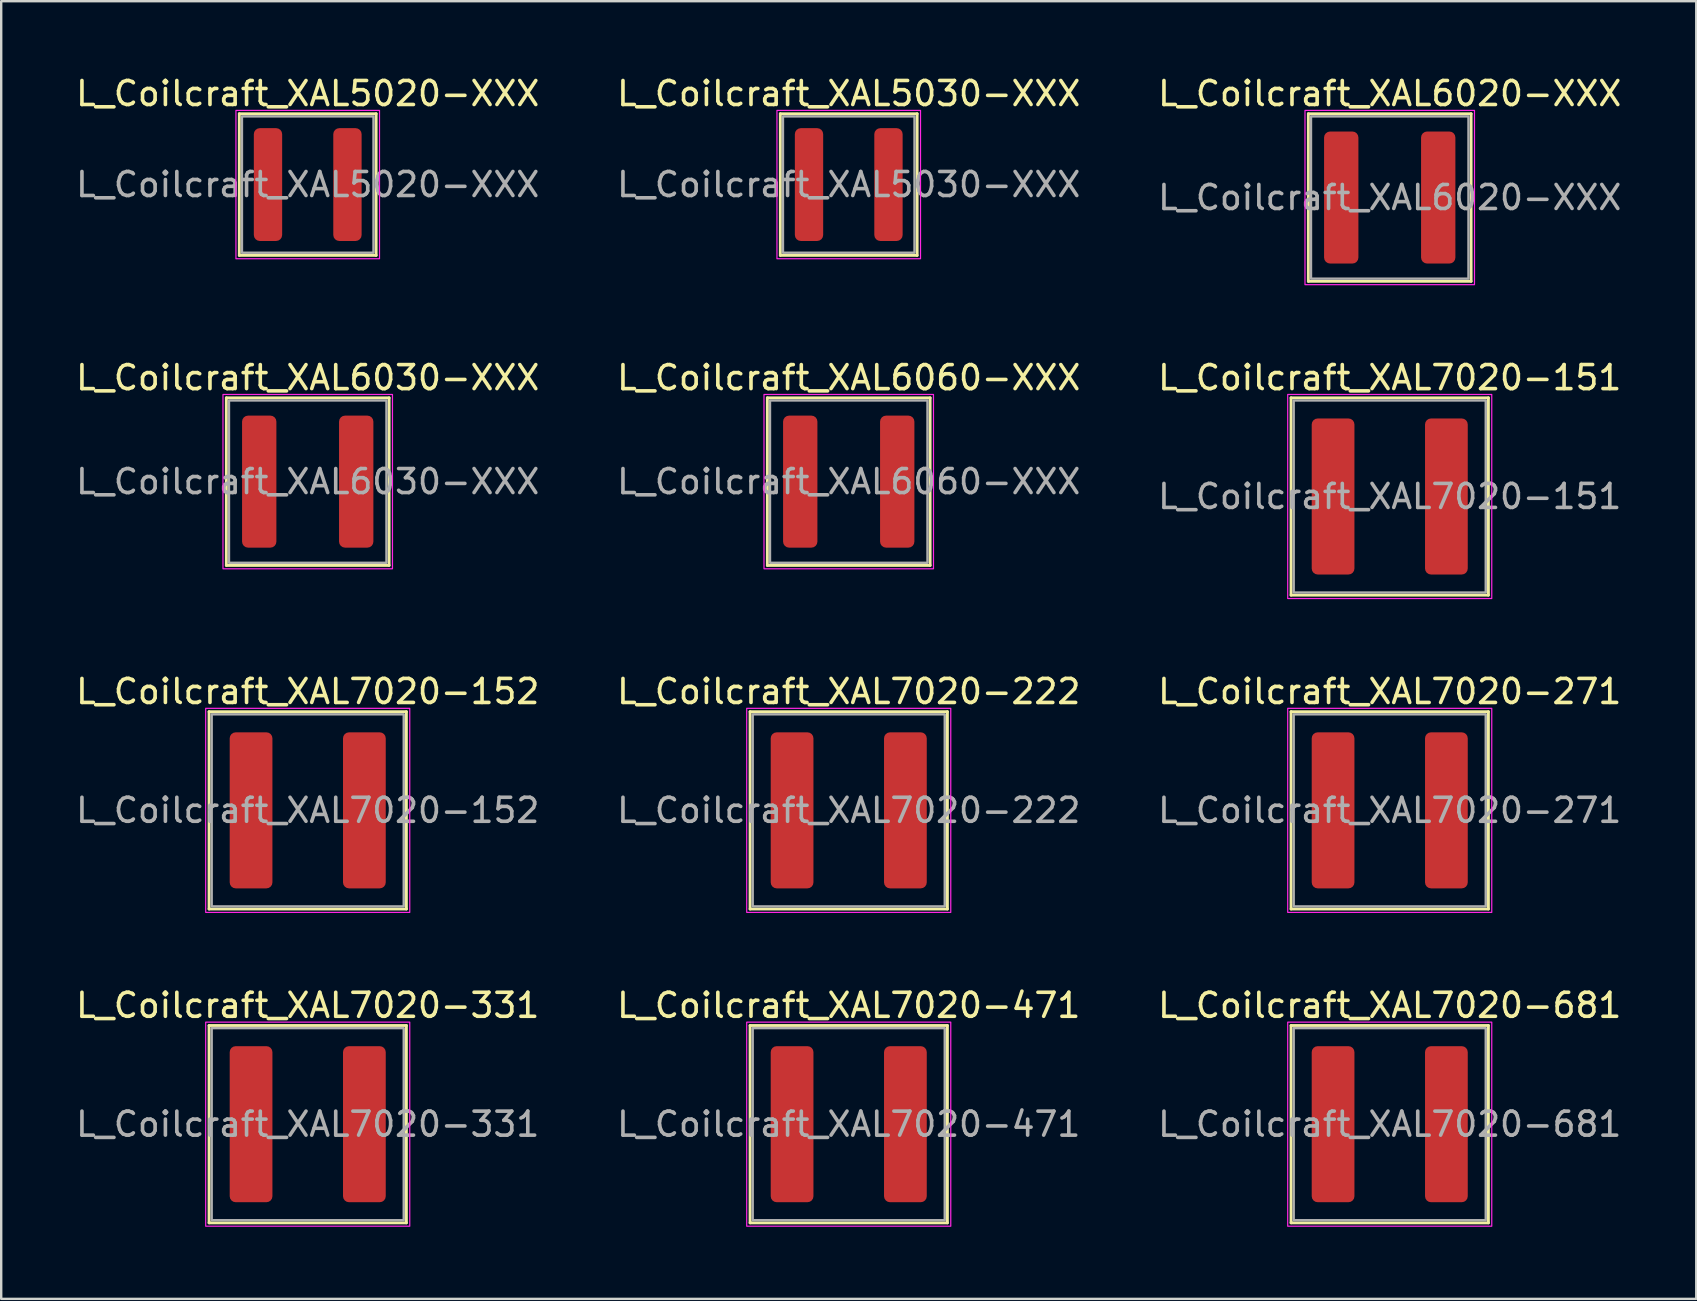
<source format=kicad_pcb>
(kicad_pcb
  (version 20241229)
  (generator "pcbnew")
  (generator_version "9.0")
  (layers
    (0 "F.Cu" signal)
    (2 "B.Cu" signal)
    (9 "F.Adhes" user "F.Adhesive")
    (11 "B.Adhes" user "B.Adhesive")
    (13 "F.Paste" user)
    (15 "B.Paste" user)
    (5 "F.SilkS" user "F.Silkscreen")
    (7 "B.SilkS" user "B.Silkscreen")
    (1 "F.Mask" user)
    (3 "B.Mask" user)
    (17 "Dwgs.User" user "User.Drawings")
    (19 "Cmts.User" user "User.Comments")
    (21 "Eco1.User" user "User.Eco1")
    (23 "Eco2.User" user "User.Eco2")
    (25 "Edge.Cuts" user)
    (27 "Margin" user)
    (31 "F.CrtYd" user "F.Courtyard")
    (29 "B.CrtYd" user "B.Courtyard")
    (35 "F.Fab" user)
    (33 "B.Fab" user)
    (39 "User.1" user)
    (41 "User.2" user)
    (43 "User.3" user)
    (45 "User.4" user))
  (footprint "L_Coilcraft_XAL7020-271"
    (layer "F.Cu")
    (at 54.839 30.705)
    (property "Reference" "L_Coilcraft_XAL7020-271" (at 0 -4.95 0) (layer "F.SilkS") (effects (font (size 1 1) (thickness 0.15))))
    (attr smd)
    (fp_line (start -4.11 -4.11) (end 4.11 -4.11) (stroke (width 0.12) (type solid)) (layer "F.SilkS"))
    (fp_line (start -4.11 4.11) (end -4.11 -4.11) (stroke (width 0.12) (type solid)) (layer "F.SilkS"))
    (fp_line (start 4.11 -4.11) (end 4.11 4.11) (stroke (width 0.12) (type solid)) (layer "F.SilkS"))
    (fp_line (start 4.11 4.11) (end -4.11 4.11) (stroke (width 0.12) (type solid)) (layer "F.SilkS"))
    (fp_rect (start -4.25 -4.25) (end 4.25 4.25) (stroke (width 0.05) (type solid)) (fill no) (layer "F.CrtYd"))
    (fp_rect (start -4 -4) (end 4 4) (stroke (width 0.1) (type solid)) (fill no) (layer "F.Fab"))
    (fp_text user "${REFERENCE}" (at 0 0 0) (layer "F.Fab") (effects (font (size 1 1) (thickness 0.15))))
    (pad "1" smd roundrect (at -2.36 0) (size 1.78 6.5) (layers "F.Cu" "F.Mask" "F.Paste") (roundrect_rratio 0.14))
    (pad "2" smd roundrect (at 2.36 0) (size 1.78 6.5) (layers "F.Cu" "F.Mask" "F.Paste") (roundrect_rratio 0.14)))
  (footprint "L_Coilcraft_XAL5030-XXX"
    (layer "F.Cu")
    (at 32.304 4.638)
    (property "Reference" "L_Coilcraft_XAL5030-XXX" (at 0 -3.79 0) (layer "F.SilkS") (effects (font (size 1 1) (thickness 0.15))))
    (attr smd)
    (fp_line (start -2.85 -2.95) (end 2.85 -2.95) (stroke (width 0.12) (type solid)) (layer "F.SilkS"))
    (fp_line (start -2.85 2.95) (end -2.85 -2.95) (stroke (width 0.12) (type solid)) (layer "F.SilkS"))
    (fp_line (start 2.85 -2.95) (end 2.85 2.95) (stroke (width 0.12) (type solid)) (layer "F.SilkS"))
    (fp_line (start 2.85 2.95) (end -2.85 2.95) (stroke (width 0.12) (type solid)) (layer "F.SilkS"))
    (fp_rect (start -2.99 -3.09) (end 2.99 3.09) (stroke (width 0.05) (type solid)) (fill no) (layer "F.CrtYd"))
    (fp_rect (start -2.74 -2.84) (end 2.74 2.84) (stroke (width 0.1) (type solid)) (fill no) (layer "F.Fab"))
    (fp_text user "${REFERENCE}" (at 0 0 0) (layer "F.Fab") (effects (font (size 1 1) (thickness 0.15))))
    (pad "1" smd roundrect (at -1.655 0) (size 1.18 4.7) (layers "F.Cu" "F.Mask" "F.Paste") (roundrect_rratio 0.212))
    (pad "2" smd roundrect (at 1.655 0) (size 1.18 4.7) (layers "F.Cu" "F.Mask" "F.Paste") (roundrect_rratio 0.212)))
  (footprint "L_Coilcraft_XAL7020-222"
    (layer "F.Cu")
    (at 32.304 30.705)
    (property "Reference" "L_Coilcraft_XAL7020-222" (at 0 -4.95 0) (layer "F.SilkS") (effects (font (size 1 1) (thickness 0.15))))
    (attr smd)
    (fp_line (start -4.11 -4.11) (end 4.11 -4.11) (stroke (width 0.12) (type solid)) (layer "F.SilkS"))
    (fp_line (start -4.11 4.11) (end -4.11 -4.11) (stroke (width 0.12) (type solid)) (layer "F.SilkS"))
    (fp_line (start 4.11 -4.11) (end 4.11 4.11) (stroke (width 0.12) (type solid)) (layer "F.SilkS"))
    (fp_line (start 4.11 4.11) (end -4.11 4.11) (stroke (width 0.12) (type solid)) (layer "F.SilkS"))
    (fp_rect (start -4.25 -4.25) (end 4.25 4.25) (stroke (width 0.05) (type solid)) (fill no) (layer "F.CrtYd"))
    (fp_rect (start -4 -4) (end 4 4) (stroke (width 0.1) (type solid)) (fill no) (layer "F.Fab"))
    (fp_text user "${REFERENCE}" (at 0 0 0) (layer "F.Fab") (effects (font (size 1 1) (thickness 0.15))))
    (pad "1" smd roundrect (at -2.36 0) (size 1.78 6.5) (layers "F.Cu" "F.Mask" "F.Paste") (roundrect_rratio 0.14))
    (pad "2" smd roundrect (at 2.36 0) (size 1.78 6.5) (layers "F.Cu" "F.Mask" "F.Paste") (roundrect_rratio 0.14)))
  (footprint "L_Coilcraft_XAL6020-XXX"
    (layer "F.Cu")
    (at 54.839 5.178)
    (property "Reference" "L_Coilcraft_XAL6020-XXX" (at 0 -4.33 0) (layer "F.SilkS") (effects (font (size 1 1) (thickness 0.15))))
    (attr smd)
    (fp_line (start -3.39 -3.49) (end 3.39 -3.49) (stroke (width 0.12) (type solid)) (layer "F.SilkS"))
    (fp_line (start -3.39 3.49) (end -3.39 -3.49) (stroke (width 0.12) (type solid)) (layer "F.SilkS"))
    (fp_line (start 3.39 -3.49) (end 3.39 3.49) (stroke (width 0.12) (type solid)) (layer "F.SilkS"))
    (fp_line (start 3.39 3.49) (end -3.39 3.49) (stroke (width 0.12) (type solid)) (layer "F.SilkS"))
    (fp_rect (start -3.53 -3.63) (end 3.53 3.63) (stroke (width 0.05) (type solid)) (fill no) (layer "F.CrtYd"))
    (fp_rect (start -3.28 -3.38) (end 3.28 3.38) (stroke (width 0.1) (type solid)) (fill no) (layer "F.Fab"))
    (fp_text user "${REFERENCE}" (at 0 0 0) (layer "F.Fab") (effects (font (size 1 1) (thickness 0.15))))
    (pad "1" smd roundrect (at -2.02 0) (size 1.43 5.5) (layers "F.Cu" "F.Mask" "F.Paste") (roundrect_rratio 0.175))
    (pad "2" smd roundrect (at 2.02 0) (size 1.43 5.5) (layers "F.Cu" "F.Mask" "F.Paste") (roundrect_rratio 0.175)))
  (footprint "L_Coilcraft_XAL6030-XXX"
    (layer "F.Cu")
    (at 9.768 17.012)
    (property "Reference" "L_Coilcraft_XAL6030-XXX" (at 0 -4.33 0) (layer "F.SilkS") (effects (font (size 1 1) (thickness 0.15))))
    (attr smd)
    (fp_line (start -3.39 -3.49) (end 3.39 -3.49) (stroke (width 0.12) (type solid)) (layer "F.SilkS"))
    (fp_line (start -3.39 3.49) (end -3.39 -3.49) (stroke (width 0.12) (type solid)) (layer "F.SilkS"))
    (fp_line (start 3.39 -3.49) (end 3.39 3.49) (stroke (width 0.12) (type solid)) (layer "F.SilkS"))
    (fp_line (start 3.39 3.49) (end -3.39 3.49) (stroke (width 0.12) (type solid)) (layer "F.SilkS"))
    (fp_rect (start -3.53 -3.63) (end 3.53 3.63) (stroke (width 0.05) (type solid)) (fill no) (layer "F.CrtYd"))
    (fp_rect (start -3.28 -3.38) (end 3.28 3.38) (stroke (width 0.1) (type solid)) (fill no) (layer "F.Fab"))
    (fp_text user "${REFERENCE}" (at 0 0 0) (layer "F.Fab") (effects (font (size 1 1) (thickness 0.15))))
    (pad "1" smd roundrect (at -2.02 0) (size 1.43 5.5) (layers "F.Cu" "F.Mask" "F.Paste") (roundrect_rratio 0.175))
    (pad "2" smd roundrect (at 2.02 0) (size 1.43 5.5) (layers "F.Cu" "F.Mask" "F.Paste") (roundrect_rratio 0.175)))
  (footprint "L_Coilcraft_XAL7020-151"
    (layer "F.Cu")
    (at 54.839 17.631)
    (property "Reference" "L_Coilcraft_XAL7020-151" (at 0 -4.95 0) (layer "F.SilkS") (effects (font (size 1 1) (thickness 0.15))))
    (attr smd)
    (fp_line (start -4.11 -4.11) (end 4.11 -4.11) (stroke (width 0.12) (type solid)) (layer "F.SilkS"))
    (fp_line (start -4.11 4.11) (end -4.11 -4.11) (stroke (width 0.12) (type solid)) (layer "F.SilkS"))
    (fp_line (start 4.11 -4.11) (end 4.11 4.11) (stroke (width 0.12) (type solid)) (layer "F.SilkS"))
    (fp_line (start 4.11 4.11) (end -4.11 4.11) (stroke (width 0.12) (type solid)) (layer "F.SilkS"))
    (fp_rect (start -4.25 -4.25) (end 4.25 4.25) (stroke (width 0.05) (type solid)) (fill no) (layer "F.CrtYd"))
    (fp_rect (start -4 -4) (end 4 4) (stroke (width 0.1) (type solid)) (fill no) (layer "F.Fab"))
    (fp_text user "${REFERENCE}" (at 0 0 0) (layer "F.Fab") (effects (font (size 1 1) (thickness 0.15))))
    (pad "1" smd roundrect (at -2.36 0) (size 1.78 6.5) (layers "F.Cu" "F.Mask" "F.Paste") (roundrect_rratio 0.14))
    (pad "2" smd roundrect (at 2.36 0) (size 1.78 6.5) (layers "F.Cu" "F.Mask" "F.Paste") (roundrect_rratio 0.14)))
  (footprint "L_Coilcraft_XAL7020-331"
    (layer "F.Cu")
    (at 9.768 43.778)
    (property "Reference" "L_Coilcraft_XAL7020-331" (at 0 -4.95 0) (layer "F.SilkS") (effects (font (size 1 1) (thickness 0.15))))
    (attr smd)
    (fp_line (start -4.11 -4.11) (end 4.11 -4.11) (stroke (width 0.12) (type solid)) (layer "F.SilkS"))
    (fp_line (start -4.11 4.11) (end -4.11 -4.11) (stroke (width 0.12) (type solid)) (layer "F.SilkS"))
    (fp_line (start 4.11 -4.11) (end 4.11 4.11) (stroke (width 0.12) (type solid)) (layer "F.SilkS"))
    (fp_line (start 4.11 4.11) (end -4.11 4.11) (stroke (width 0.12) (type solid)) (layer "F.SilkS"))
    (fp_rect (start -4.25 -4.25) (end 4.25 4.25) (stroke (width 0.05) (type solid)) (fill no) (layer "F.CrtYd"))
    (fp_rect (start -4 -4) (end 4 4) (stroke (width 0.1) (type solid)) (fill no) (layer "F.Fab"))
    (fp_text user "${REFERENCE}" (at 0 0 0) (layer "F.Fab") (effects (font (size 1 1) (thickness 0.15))))
    (pad "1" smd roundrect (at -2.36 0) (size 1.78 6.5) (layers "F.Cu" "F.Mask" "F.Paste") (roundrect_rratio 0.14))
    (pad "2" smd roundrect (at 2.36 0) (size 1.78 6.5) (layers "F.Cu" "F.Mask" "F.Paste") (roundrect_rratio 0.14)))
  (footprint "L_Coilcraft_XAL6060-XXX"
    (layer "F.Cu")
    (at 32.304 17.012)
    (property "Reference" "L_Coilcraft_XAL6060-XXX" (at 0 -4.33 0) (layer "F.SilkS") (effects (font (size 1 1) (thickness 0.15))))
    (attr smd)
    (fp_line (start -3.39 -3.49) (end 3.39 -3.49) (stroke (width 0.12) (type solid)) (layer "F.SilkS"))
    (fp_line (start -3.39 3.49) (end -3.39 -3.49) (stroke (width 0.12) (type solid)) (layer "F.SilkS"))
    (fp_line (start 3.39 -3.49) (end 3.39 3.49) (stroke (width 0.12) (type solid)) (layer "F.SilkS"))
    (fp_line (start 3.39 3.49) (end -3.39 3.49) (stroke (width 0.12) (type solid)) (layer "F.SilkS"))
    (fp_rect (start -3.53 -3.63) (end 3.53 3.63) (stroke (width 0.05) (type solid)) (fill no) (layer "F.CrtYd"))
    (fp_rect (start -3.28 -3.38) (end 3.28 3.38) (stroke (width 0.1) (type solid)) (fill no) (layer "F.Fab"))
    (fp_text user "${REFERENCE}" (at 0 0 0) (layer "F.Fab") (effects (font (size 1 1) (thickness 0.15))))
    (pad "1" smd roundrect (at -2.02 0) (size 1.43 5.5) (layers "F.Cu" "F.Mask" "F.Paste") (roundrect_rratio 0.175))
    (pad "2" smd roundrect (at 2.02 0) (size 1.43 5.5) (layers "F.Cu" "F.Mask" "F.Paste") (roundrect_rratio 0.175)))
  (footprint "L_Coilcraft_XAL7020-152"
    (layer "F.Cu")
    (at 9.768 30.705)
    (property "Reference" "L_Coilcraft_XAL7020-152" (at 0 -4.95 0) (layer "F.SilkS") (effects (font (size 1 1) (thickness 0.15))))
    (attr smd)
    (fp_line (start -4.11 -4.11) (end 4.11 -4.11) (stroke (width 0.12) (type solid)) (layer "F.SilkS"))
    (fp_line (start -4.11 4.11) (end -4.11 -4.11) (stroke (width 0.12) (type solid)) (layer "F.SilkS"))
    (fp_line (start 4.11 -4.11) (end 4.11 4.11) (stroke (width 0.12) (type solid)) (layer "F.SilkS"))
    (fp_line (start 4.11 4.11) (end -4.11 4.11) (stroke (width 0.12) (type solid)) (layer "F.SilkS"))
    (fp_rect (start -4.25 -4.25) (end 4.25 4.25) (stroke (width 0.05) (type solid)) (fill no) (layer "F.CrtYd"))
    (fp_rect (start -4 -4) (end 4 4) (stroke (width 0.1) (type solid)) (fill no) (layer "F.Fab"))
    (fp_text user "${REFERENCE}" (at 0 0 0) (layer "F.Fab") (effects (font (size 1 1) (thickness 0.15))))
    (pad "1" smd roundrect (at -2.36 0) (size 1.78 6.5) (layers "F.Cu" "F.Mask" "F.Paste") (roundrect_rratio 0.14))
    (pad "2" smd roundrect (at 2.36 0) (size 1.78 6.5) (layers "F.Cu" "F.Mask" "F.Paste") (roundrect_rratio 0.14)))
  (footprint "L_Coilcraft_XAL5020-XXX"
    (layer "F.Cu")
    (at 9.768 4.638)
    (property "Reference" "L_Coilcraft_XAL5020-XXX" (at 0 -3.79 0) (layer "F.SilkS") (effects (font (size 1 1) (thickness 0.15))))
    (attr smd)
    (fp_line (start -2.85 -2.95) (end 2.85 -2.95) (stroke (width 0.12) (type solid)) (layer "F.SilkS"))
    (fp_line (start -2.85 2.95) (end -2.85 -2.95) (stroke (width 0.12) (type solid)) (layer "F.SilkS"))
    (fp_line (start 2.85 -2.95) (end 2.85 2.95) (stroke (width 0.12) (type solid)) (layer "F.SilkS"))
    (fp_line (start 2.85 2.95) (end -2.85 2.95) (stroke (width 0.12) (type solid)) (layer "F.SilkS"))
    (fp_rect (start -2.99 -3.09) (end 2.99 3.09) (stroke (width 0.05) (type solid)) (fill no) (layer "F.CrtYd"))
    (fp_rect (start -2.74 -2.84) (end 2.74 2.84) (stroke (width 0.1) (type solid)) (fill no) (layer "F.Fab"))
    (fp_text user "${REFERENCE}" (at 0 0 0) (layer "F.Fab") (effects (font (size 1 1) (thickness 0.15))))
    (pad "1" smd roundrect (at -1.655 0) (size 1.18 4.7) (layers "F.Cu" "F.Mask" "F.Paste") (roundrect_rratio 0.212))
    (pad "2" smd roundrect (at 1.655 0) (size 1.18 4.7) (layers "F.Cu" "F.Mask" "F.Paste") (roundrect_rratio 0.212)))
  (footprint "L_Coilcraft_XAL7020-681"
    (layer "F.Cu")
    (at 54.839 43.778)
    (property "Reference" "L_Coilcraft_XAL7020-681" (at 0 -4.95 0) (layer "F.SilkS") (effects (font (size 1 1) (thickness 0.15))))
    (attr smd)
    (fp_line (start -4.11 -4.11) (end 4.11 -4.11) (stroke (width 0.12) (type solid)) (layer "F.SilkS"))
    (fp_line (start -4.11 4.11) (end -4.11 -4.11) (stroke (width 0.12) (type solid)) (layer "F.SilkS"))
    (fp_line (start 4.11 -4.11) (end 4.11 4.11) (stroke (width 0.12) (type solid)) (layer "F.SilkS"))
    (fp_line (start 4.11 4.11) (end -4.11 4.11) (stroke (width 0.12) (type solid)) (layer "F.SilkS"))
    (fp_rect (start -4.25 -4.25) (end 4.25 4.25) (stroke (width 0.05) (type solid)) (fill no) (layer "F.CrtYd"))
    (fp_rect (start -4 -4) (end 4 4) (stroke (width 0.1) (type solid)) (fill no) (layer "F.Fab"))
    (fp_text user "${REFERENCE}" (at 0 0 0) (layer "F.Fab") (effects (font (size 1 1) (thickness 0.15))))
    (pad "1" smd roundrect (at -2.36 0) (size 1.78 6.5) (layers "F.Cu" "F.Mask" "F.Paste") (roundrect_rratio 0.14))
    (pad "2" smd roundrect (at 2.36 0) (size 1.78 6.5) (layers "F.Cu" "F.Mask" "F.Paste") (roundrect_rratio 0.14)))
  (footprint "L_Coilcraft_XAL7020-471"
    (layer "F.Cu")
    (at 32.304 43.778)
    (property "Reference" "L_Coilcraft_XAL7020-471" (at 0 -4.95 0) (layer "F.SilkS") (effects (font (size 1 1) (thickness 0.15))))
    (attr smd)
    (fp_line (start -4.11 -4.11) (end 4.11 -4.11) (stroke (width 0.12) (type solid)) (layer "F.SilkS"))
    (fp_line (start -4.11 4.11) (end -4.11 -4.11) (stroke (width 0.12) (type solid)) (layer "F.SilkS"))
    (fp_line (start 4.11 -4.11) (end 4.11 4.11) (stroke (width 0.12) (type solid)) (layer "F.SilkS"))
    (fp_line (start 4.11 4.11) (end -4.11 4.11) (stroke (width 0.12) (type solid)) (layer "F.SilkS"))
    (fp_rect (start -4.25 -4.25) (end 4.25 4.25) (stroke (width 0.05) (type solid)) (fill no) (layer "F.CrtYd"))
    (fp_rect (start -4 -4) (end 4 4) (stroke (width 0.1) (type solid)) (fill no) (layer "F.Fab"))
    (fp_text user "${REFERENCE}" (at 0 0 0) (layer "F.Fab") (effects (font (size 1 1) (thickness 0.15))))
    (pad "1" smd roundrect (at -2.36 0) (size 1.78 6.5) (layers "F.Cu" "F.Mask" "F.Paste") (roundrect_rratio 0.14))
    (pad "2" smd roundrect (at 2.36 0) (size 1.78 6.5) (layers "F.Cu" "F.Mask" "F.Paste") (roundrect_rratio 0.14)))
  (gr_rect
    (start -3 -3)
    (end 67.607 51.053)
    (stroke (width 0.1) (type default))
    (fill no)
    (layer "Edge.Cuts")))
</source>
